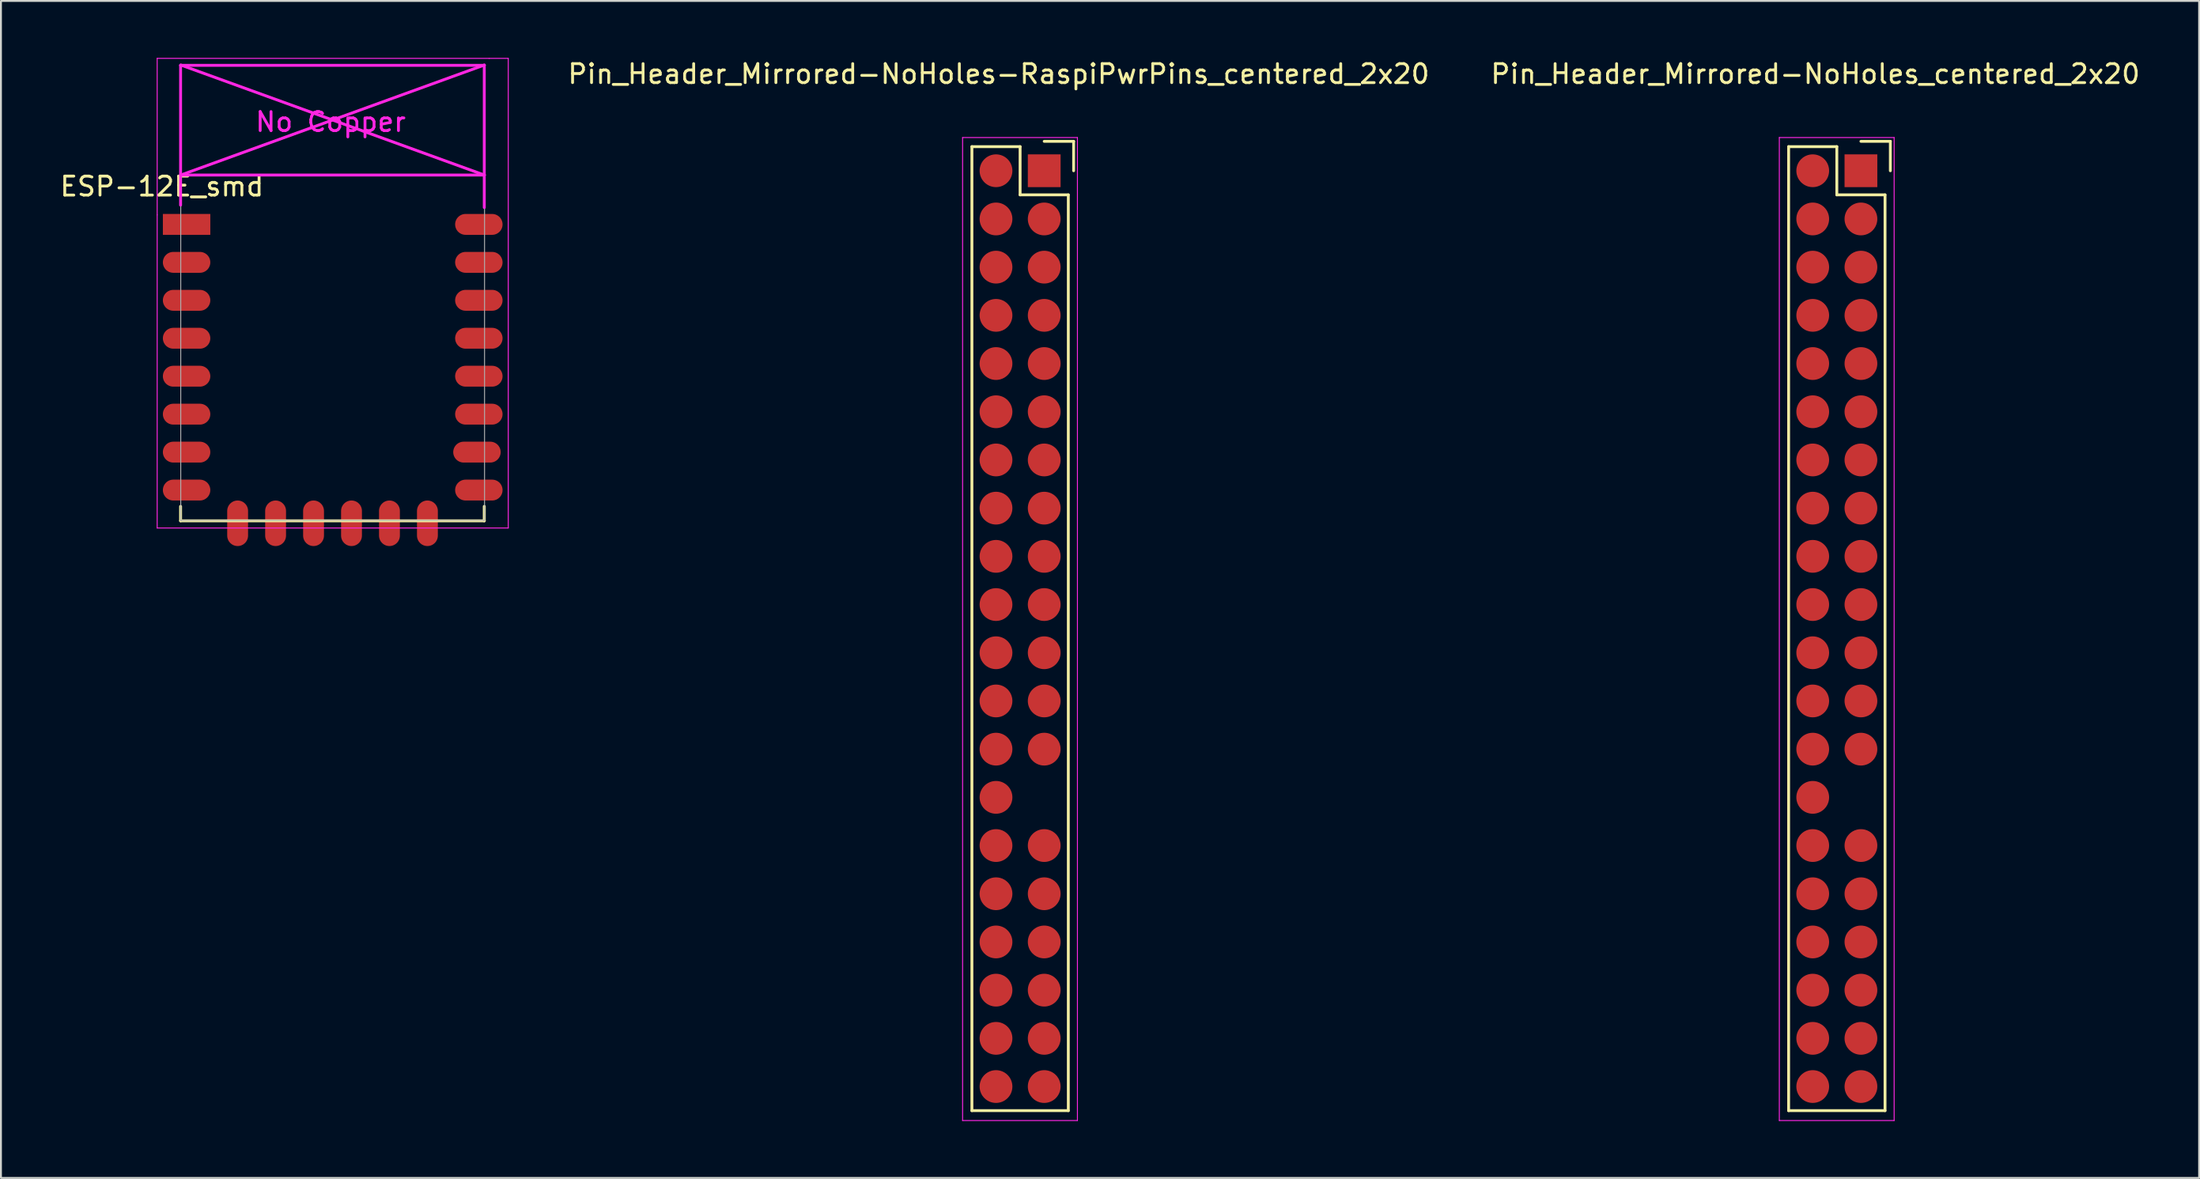
<source format=kicad_pcb>
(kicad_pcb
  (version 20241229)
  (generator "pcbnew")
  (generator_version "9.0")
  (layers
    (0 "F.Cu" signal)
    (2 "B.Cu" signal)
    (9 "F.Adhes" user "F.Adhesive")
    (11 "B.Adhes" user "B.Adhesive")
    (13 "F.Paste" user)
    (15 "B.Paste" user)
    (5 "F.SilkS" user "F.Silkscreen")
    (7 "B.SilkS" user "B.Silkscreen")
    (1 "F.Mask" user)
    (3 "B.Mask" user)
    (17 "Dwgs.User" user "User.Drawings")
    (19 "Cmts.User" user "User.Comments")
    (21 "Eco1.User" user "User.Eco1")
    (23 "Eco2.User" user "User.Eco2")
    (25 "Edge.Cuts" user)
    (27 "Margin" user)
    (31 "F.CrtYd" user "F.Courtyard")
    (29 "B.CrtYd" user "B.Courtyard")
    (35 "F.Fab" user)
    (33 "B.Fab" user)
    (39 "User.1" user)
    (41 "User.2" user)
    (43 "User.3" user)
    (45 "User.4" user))
  (footprint "Pin_Header_Mirrored-NoHoles_centered_2x20"
    (layer "F.Cu")
    (at 93.739 30.078)
    (property "Reference" "Pin_Header_Mirrored-NoHoles_centered_2x20" (at -1.13 -29.23 0) (layer "F.SilkS") (effects (font (size 1 1) (thickness 0.15))))
    (attr through_hole)
    (fp_line (start -2.54 -25.4) (end -0.0003 -25.4) (stroke (width 0.15) (type solid)) (layer "F.SilkS"))
    (fp_line (start -2.54 25.4) (end -2.54 -25.4) (stroke (width 0.15) (type solid)) (layer "F.SilkS"))
    (fp_line (start -2.54 25.4) (end 2.54 25.4) (stroke (width 0.15) (type solid)) (layer "F.SilkS"))
    (fp_line (start -0.0003 -25.4) (end -0.0003 -22.86) (stroke (width 0.15) (type solid)) (layer "F.SilkS"))
    (fp_line (start -0.0003 -22.86) (end 2.54 -22.86) (stroke (width 0.15) (type solid)) (layer "F.SilkS"))
    (fp_line (start 1.27 -25.68) (end 2.82 -25.68) (stroke (width 0.15) (type solid)) (layer "F.SilkS"))
    (fp_line (start 2.54 -22.86) (end 2.54 25.4) (stroke (width 0.15) (type solid)) (layer "F.SilkS"))
    (fp_line (start 2.82 -25.68) (end 2.82 -24.13) (stroke (width 0.15) (type solid)) (layer "F.SilkS"))
    (fp_line (start -3.03 -25.88) (end -3.03 25.92) (stroke (width 0.05) (type solid)) (layer "F.CrtYd"))
    (fp_line (start 3.02 -25.88) (end -3.03 -25.88) (stroke (width 0.05) (type solid)) (layer "F.CrtYd"))
    (fp_line (start 3.02 -25.88) (end 3.02 25.92) (stroke (width 0.05) (type solid)) (layer "F.CrtYd"))
    (fp_line (start 3.02 25.92) (end -3.03 25.92) (stroke (width 0.05) (type solid)) (layer "F.CrtYd"))
    (pad "1" smd rect (at 1.27 -24.13 180) (size 1.727 1.727) (layers "F.Cu" "F.Mask" "F.Paste"))
    (pad "2" smd oval (at -1.27 -24.13 180) (size 1.727 1.727) (layers "F.Cu" "F.Mask" "F.Paste"))
    (pad "3" smd oval (at 1.27 -21.59 180) (size 1.727 1.727) (layers "F.Cu" "F.Mask" "F.Paste"))
    (pad "4" smd oval (at -1.27 -21.59 180) (size 1.727 1.727) (layers "F.Cu" "F.Mask" "F.Paste"))
    (pad "5" smd oval (at 1.27 -19.05 180) (size 1.727 1.727) (layers "F.Cu" "F.Mask" "F.Paste"))
    (pad "6" smd oval (at -1.27 -19.05 180) (size 1.727 1.727) (layers "F.Cu" "F.Mask" "F.Paste"))
    (pad "7" smd oval (at 1.27 -16.51 180) (size 1.727 1.727) (layers "F.Cu" "F.Mask" "F.Paste"))
    (pad "8" smd oval (at -1.27 -16.51 180) (size 1.727 1.727) (layers "F.Cu" "F.Mask" "F.Paste"))
    (pad "9" smd oval (at 1.27 -13.97 180) (size 1.727 1.727) (layers "F.Cu" "F.Mask" "F.Paste"))
    (pad "10" smd oval (at -1.27 -13.97 180) (size 1.727 1.727) (layers "F.Cu" "F.Mask" "F.Paste"))
    (pad "11" smd oval (at 1.27 -11.43 180) (size 1.727 1.727) (layers "F.Cu" "F.Mask" "F.Paste"))
    (pad "12" smd oval (at -1.27 -11.43 180) (size 1.727 1.727) (layers "F.Cu" "F.Mask" "F.Paste"))
    (pad "13" smd oval (at 1.27 -8.89 180) (size 1.727 1.727) (layers "F.Cu" "F.Mask" "F.Paste"))
    (pad "14" smd oval (at -1.27 -8.89 180) (size 1.727 1.727) (layers "F.Cu" "F.Mask" "F.Paste"))
    (pad "15" smd oval (at 1.27 -6.35 180) (size 1.727 1.727) (layers "F.Cu" "F.Mask" "F.Paste"))
    (pad "16" smd oval (at -1.27 -6.35 180) (size 1.727 1.727) (layers "F.Cu" "F.Mask" "F.Paste"))
    (pad "17" smd oval (at 1.27 -3.81 180) (size 1.727 1.727) (layers "F.Cu" "F.Mask" "F.Paste"))
    (pad "18" smd oval (at -1.27 -3.81 180) (size 1.727 1.727) (layers "F.Cu" "F.Mask" "F.Paste"))
    (pad "19" smd oval (at 1.27 -1.27 180) (size 1.727 1.727) (layers "F.Cu" "F.Mask" "F.Paste"))
    (pad "20" smd oval (at -1.27 -1.27 180) (size 1.727 1.727) (layers "F.Cu" "F.Mask" "F.Paste"))
    (pad "21" smd oval (at 1.27 1.27 180) (size 1.727 1.727) (layers "F.Cu" "F.Mask" "F.Paste"))
    (pad "22" smd oval (at -1.27 1.27 180) (size 1.727 1.727) (layers "F.Cu" "F.Mask" "F.Paste"))
    (pad "23" smd oval (at 1.27 3.81 180) (size 1.727 1.727) (layers "F.Cu" "F.Mask" "F.Paste"))
    (pad "24" smd oval (at -1.27 3.81 180) (size 1.727 1.727) (layers "F.Cu" "F.Mask" "F.Paste"))
    (pad "25" smd oval (at 1.27 6.35 180) (size 1.727 1.727) (layers "F.Cu" "F.Mask" "F.Paste"))
    (pad "26" smd oval (at -1.27 6.35 180) (size 1.727 1.727) (layers "F.Cu" "F.Mask" "F.Paste"))
    (pad "28" smd oval (at -1.27 8.89 180) (size 1.727 1.727) (layers "F.Cu" "F.Mask" "F.Paste"))
    (pad "29" smd oval (at 1.27 11.43 180) (size 1.727 1.727) (layers "F.Cu" "F.Mask" "F.Paste"))
    (pad "30" smd oval (at -1.27 11.43 180) (size 1.727 1.727) (layers "F.Cu" "F.Mask" "F.Paste"))
    (pad "31" smd oval (at 1.27 13.97 180) (size 1.727 1.727) (layers "F.Cu" "F.Mask" "F.Paste"))
    (pad "32" smd oval (at -1.27 13.97 180) (size 1.727 1.727) (layers "F.Cu" "F.Mask" "F.Paste"))
    (pad "33" smd oval (at 1.27 16.51 180) (size 1.727 1.727) (layers "F.Cu" "F.Mask" "F.Paste"))
    (pad "34" smd oval (at -1.27 16.51 180) (size 1.727 1.727) (layers "F.Cu" "F.Mask" "F.Paste"))
    (pad "35" smd oval (at 1.27 19.05 180) (size 1.727 1.727) (layers "F.Cu" "F.Mask" "F.Paste"))
    (pad "36" smd oval (at -1.27 19.05 180) (size 1.727 1.727) (layers "F.Cu" "F.Mask" "F.Paste"))
    (pad "37" smd oval (at 1.27 21.59 180) (size 1.727 1.727) (layers "F.Cu" "F.Mask" "F.Paste"))
    (pad "38" smd oval (at -1.27 21.59 180) (size 1.727 1.727) (layers "F.Cu" "F.Mask" "F.Paste"))
    (pad "39" smd oval (at 1.27 24.13 180) (size 1.727 1.727) (layers "F.Cu" "F.Mask" "F.Paste"))
    (pad "40" smd oval (at -1.27 24.13 180) (size 1.727 1.727) (layers "F.Cu" "F.Mask" "F.Paste")))
  (footprint "Pin_Header_Mirrored-NoHoles-RaspiPwrPins_centered_2x20"
    (layer "F.Cu")
    (at 50.703 30.078)
    (property "Reference" "Pin_Header_Mirrored-NoHoles-RaspiPwrPins_centered_2x20" (at -1.13 -29.23 0) (layer "F.SilkS") (effects (font (size 1 1) (thickness 0.15))))
    (attr through_hole)
    (fp_line (start -2.54 -25.4) (end -0.0003 -25.4) (stroke (width 0.15) (type solid)) (layer "F.SilkS"))
    (fp_line (start -2.54 25.4) (end -2.54 -25.4) (stroke (width 0.15) (type solid)) (layer "F.SilkS"))
    (fp_line (start -2.54 25.4) (end 2.54 25.4) (stroke (width 0.15) (type solid)) (layer "F.SilkS"))
    (fp_line (start -0.0003 -25.4) (end -0.0003 -22.86) (stroke (width 0.15) (type solid)) (layer "F.SilkS"))
    (fp_line (start -0.0003 -22.86) (end 2.54 -22.86) (stroke (width 0.15) (type solid)) (layer "F.SilkS"))
    (fp_line (start 1.27 -25.68) (end 2.82 -25.68) (stroke (width 0.15) (type solid)) (layer "F.SilkS"))
    (fp_line (start 2.54 -22.86) (end 2.54 25.4) (stroke (width 0.15) (type solid)) (layer "F.SilkS"))
    (fp_line (start 2.82 -25.68) (end 2.82 -24.13) (stroke (width 0.15) (type solid)) (layer "F.SilkS"))
    (fp_line (start -3.03 -25.88) (end -3.03 25.92) (stroke (width 0.05) (type solid)) (layer "F.CrtYd"))
    (fp_line (start 3.02 -25.88) (end -3.03 -25.88) (stroke (width 0.05) (type solid)) (layer "F.CrtYd"))
    (fp_line (start 3.02 -25.88) (end 3.02 25.92) (stroke (width 0.05) (type solid)) (layer "F.CrtYd"))
    (fp_line (start 3.02 25.92) (end -3.03 25.92) (stroke (width 0.05) (type solid)) (layer "F.CrtYd"))
    (pad "1" smd rect (at 1.27 -24.13 180) (size 1.727 1.727) (layers "F.Cu" "F.Mask" "F.Paste"))
    (pad "1" smd oval (at 1.27 -3.81 180) (size 1.727 1.727) (layers "F.Cu" "F.Mask" "F.Paste"))
    (pad "2" smd oval (at -1.27 -24.13 180) (size 1.727 1.727) (layers "F.Cu" "F.Mask" "F.Paste"))
    (pad "2" smd oval (at -1.27 -21.59 180) (size 1.727 1.727) (layers "F.Cu" "F.Mask" "F.Paste"))
    (pad "3" smd oval (at 1.27 -21.59 180) (size 1.727 1.727) (layers "F.Cu" "F.Mask" "F.Paste"))
    (pad "5" smd oval (at 1.27 -19.05 180) (size 1.727 1.727) (layers "F.Cu" "F.Mask" "F.Paste"))
    (pad "6" smd oval (at -1.27 -19.05 180) (size 1.727 1.727) (layers "F.Cu" "F.Mask" "F.Paste"))
    (pad "6" smd oval (at -1.27 -8.89 180) (size 1.727 1.727) (layers "F.Cu" "F.Mask" "F.Paste"))
    (pad "6" smd oval (at -1.27 -1.27 180) (size 1.727 1.727) (layers "F.Cu" "F.Mask" "F.Paste"))
    (pad "6" smd oval (at -1.27 11.43 180) (size 1.727 1.727) (layers "F.Cu" "F.Mask" "F.Paste"))
    (pad "6" smd oval (at -1.27 16.51 180) (size 1.727 1.727) (layers "F.Cu" "F.Mask" "F.Paste"))
    (pad "6" smd oval (at 1.27 -13.97 180) (size 1.727 1.727) (layers "F.Cu" "F.Mask" "F.Paste"))
    (pad "6" smd oval (at 1.27 24.13 180) (size 1.727 1.727) (layers "F.Cu" "F.Mask" "F.Paste"))
    (pad "6" smd oval (at 1.27 6.35 180) (size 1.727 1.727) (layers "F.Cu" "F.Mask" "F.Paste"))
    (pad "7" smd oval (at 1.27 -16.51 180) (size 1.727 1.727) (layers "F.Cu" "F.Mask" "F.Paste"))
    (pad "8" smd oval (at -1.27 -16.51 180) (size 1.727 1.727) (layers "F.Cu" "F.Mask" "F.Paste"))
    (pad "10" smd oval (at -1.27 -13.97 180) (size 1.727 1.727) (layers "F.Cu" "F.Mask" "F.Paste"))
    (pad "11" smd oval (at 1.27 -11.43 180) (size 1.727 1.727) (layers "F.Cu" "F.Mask" "F.Paste"))
    (pad "12" smd oval (at -1.27 -11.43 180) (size 1.727 1.727) (layers "F.Cu" "F.Mask" "F.Paste"))
    (pad "13" smd oval (at 1.27 -8.89 180) (size 1.727 1.727) (layers "F.Cu" "F.Mask" "F.Paste"))
    (pad "15" smd oval (at 1.27 -6.35 180) (size 1.727 1.727) (layers "F.Cu" "F.Mask" "F.Paste"))
    (pad "16" smd oval (at -1.27 -6.35 180) (size 1.727 1.727) (layers "F.Cu" "F.Mask" "F.Paste"))
    (pad "18" smd oval (at -1.27 -3.81 180) (size 1.727 1.727) (layers "F.Cu" "F.Mask" "F.Paste"))
    (pad "19" smd oval (at 1.27 -1.27 180) (size 1.727 1.727) (layers "F.Cu" "F.Mask" "F.Paste"))
    (pad "21" smd oval (at 1.27 1.27 180) (size 1.727 1.727) (layers "F.Cu" "F.Mask" "F.Paste"))
    (pad "22" smd oval (at -1.27 1.27 180) (size 1.727 1.727) (layers "F.Cu" "F.Mask" "F.Paste"))
    (pad "23" smd oval (at 1.27 3.81 180) (size 1.727 1.727) (layers "F.Cu" "F.Mask" "F.Paste"))
    (pad "24" smd oval (at -1.27 3.81 180) (size 1.727 1.727) (layers "F.Cu" "F.Mask" "F.Paste"))
    (pad "26" smd oval (at -1.27 6.35 180) (size 1.727 1.727) (layers "F.Cu" "F.Mask" "F.Paste"))
    (pad "28" smd oval (at -1.27 8.89 180) (size 1.727 1.727) (layers "F.Cu" "F.Mask" "F.Paste"))
    (pad "29" smd oval (at 1.27 11.43 180) (size 1.727 1.727) (layers "F.Cu" "F.Mask" "F.Paste"))
    (pad "31" smd oval (at 1.27 13.97 180) (size 1.727 1.727) (layers "F.Cu" "F.Mask" "F.Paste"))
    (pad "32" smd oval (at -1.27 13.97 180) (size 1.727 1.727) (layers "F.Cu" "F.Mask" "F.Paste"))
    (pad "33" smd oval (at 1.27 16.51 180) (size 1.727 1.727) (layers "F.Cu" "F.Mask" "F.Paste"))
    (pad "35" smd oval (at 1.27 19.05 180) (size 1.727 1.727) (layers "F.Cu" "F.Mask" "F.Paste"))
    (pad "36" smd oval (at -1.27 19.05 180) (size 1.727 1.727) (layers "F.Cu" "F.Mask" "F.Paste"))
    (pad "37" smd oval (at 1.27 21.59 180) (size 1.727 1.727) (layers "F.Cu" "F.Mask" "F.Paste"))
    (pad "38" smd oval (at -1.27 21.59 180) (size 1.727 1.727) (layers "F.Cu" "F.Mask" "F.Paste"))
    (pad "40" smd oval (at -1.27 24.13 180) (size 1.727 1.727) (layers "F.Cu" "F.Mask" "F.Paste")))
  (footprint "ESP-12E_smd"
    (layer "F.Cu")
    (at 7.482 8.775)
    (property "Reference" "ESP-12E_smd" (at -2 -2 0) (layer "F.SilkS") (effects (font (size 1 1) (thickness 0.15))))
    (attr through_hole)
    (fp_line (start -1.016 14.859) (end -1.016 15.621) (stroke (width 0.152) (type solid)) (layer "F.SilkS"))
    (fp_line (start -1.016 15.621) (end 14.986 15.621) (stroke (width 0.152) (type solid)) (layer "F.SilkS"))
    (fp_line (start 14.986 15.621) (end 14.986 14.859) (stroke (width 0.152) (type solid)) (layer "F.SilkS"))
    (fp_line (start -2.25 -8.75) (end 15.25 -8.75) (stroke (width 0.05) (type solid)) (layer "F.CrtYd"))
    (fp_line (start -2.25 -0.5) (end -2.25 -8.75) (stroke (width 0.05) (type solid)) (layer "F.CrtYd"))
    (fp_line (start -2.25 16) (end -2.25 -0.5) (stroke (width 0.05) (type solid)) (layer "F.CrtYd"))
    (fp_line (start -1.016 -8.382) (end -1.016 -1.016) (stroke (width 0.152) (type solid)) (layer "F.CrtYd"))
    (fp_line (start -1.016 -8.382) (end 14.986 -8.382) (stroke (width 0.152) (type solid)) (layer "F.CrtYd"))
    (fp_line (start -1.008 -8.4) (end 14.992 -2.6) (stroke (width 0.152) (type solid)) (layer "F.CrtYd"))
    (fp_line (start -1.008 -2.6) (end 14.992 -2.6) (stroke (width 0.152) (type solid)) (layer "F.CrtYd"))
    (fp_line (start 14.986 -8.382) (end 14.986 -0.889) (stroke (width 0.152) (type solid)) (layer "F.CrtYd"))
    (fp_line (start 14.992 -8.4) (end -1.008 -2.6) (stroke (width 0.152) (type solid)) (layer "F.CrtYd"))
    (fp_line (start 15.25 -8.75) (end 16.25 -8.75) (stroke (width 0.05) (type solid)) (layer "F.CrtYd"))
    (fp_line (start 16.25 -8.75) (end 16.25 16) (stroke (width 0.05) (type solid)) (layer "F.CrtYd"))
    (fp_line (start 16.25 16) (end -2.25 16) (stroke (width 0.05) (type solid)) (layer "F.CrtYd"))
    (fp_line (start -1.008 -8.4) (end 14.992 -8.4) (stroke (width 0.05) (type solid)) (layer "F.Fab"))
    (fp_line (start -1.008 15.6) (end -1.008 -8.4) (stroke (width 0.05) (type solid)) (layer "F.Fab"))
    (fp_line (start 14.992 15.6) (end -1.008 15.6) (stroke (width 0.05) (type solid)) (layer "F.Fab"))
    (fp_line (start 15 -8.4) (end 15 15.6) (stroke (width 0.05) (type solid)) (layer "F.Fab"))
    (fp_text user "No Copper" (at 6.892 -5.4 0) (layer "F.CrtYd") (effects (font (size 1 1) (thickness 0.15))))
    (pad "1" smd rect (at 0 0) (size 2.5 1.1) (drill (offset -0.7 0)) (layers "F.Cu" "F.Mask" "F.Paste"))
    (pad "2" smd oval (at 0 2) (size 2.5 1.1) (drill (offset -0.7 0)) (layers "F.Cu" "F.Mask" "F.Paste"))
    (pad "3" smd oval (at 0 4) (size 2.5 1.1) (drill (offset -0.7 0)) (layers "F.Cu" "F.Mask" "F.Paste"))
    (pad "4" smd oval (at 0 6) (size 2.5 1.1) (drill (offset -0.7 0)) (layers "F.Cu" "F.Mask" "F.Paste"))
    (pad "5" smd oval (at 0 8) (size 2.5 1.1) (drill (offset -0.7 0)) (layers "F.Cu" "F.Mask" "F.Paste"))
    (pad "6" smd oval (at 0 10) (size 2.5 1.1) (drill (offset -0.7 0)) (layers "F.Cu" "F.Mask" "F.Paste"))
    (pad "7" smd oval (at 0 12) (size 2.5 1.1) (drill (offset -0.7 0)) (layers "F.Cu" "F.Mask" "F.Paste"))
    (pad "8" smd oval (at 0 14) (size 2.5 1.1) (drill (offset -0.7 0)) (layers "F.Cu" "F.Mask" "F.Paste"))
    (pad "9" smd oval (at 1.99 15.75 90) (size 2.4 1.1) (layers "F.Cu" "F.Mask" "F.Paste"))
    (pad "10" smd oval (at 3.99 15.75 90) (size 2.4 1.1) (layers "F.Cu" "F.Mask" "F.Paste"))
    (pad "11" smd oval (at 5.99 15.75 90) (size 2.4 1.1) (layers "F.Cu" "F.Mask" "F.Paste"))
    (pad "12" smd oval (at 7.99 15.75 90) (size 2.4 1.1) (layers "F.Cu" "F.Mask" "F.Paste"))
    (pad "13" smd oval (at 9.99 15.75 90) (size 2.4 1.1) (layers "F.Cu" "F.Mask" "F.Paste"))
    (pad "14" smd oval (at 11.99 15.75 90) (size 2.4 1.1) (layers "F.Cu" "F.Mask" "F.Paste"))
    (pad "15" smd oval (at 14 14) (size 2.5 1.1) (drill (offset 0.7 0)) (layers "F.Cu" "F.Mask" "F.Paste"))
    (pad "16" smd oval (at 14 12) (size 2.5 1.1) (drill (offset 0.6 0)) (layers "F.Cu" "F.Mask" "F.Paste"))
    (pad "17" smd oval (at 14 10) (size 2.5 1.1) (drill (offset 0.7 0)) (layers "F.Cu" "F.Mask" "F.Paste"))
    (pad "18" smd oval (at 14 8) (size 2.5 1.1) (drill (offset 0.7 0)) (layers "F.Cu" "F.Mask" "F.Paste"))
    (pad "19" smd oval (at 14 6) (size 2.5 1.1) (drill (offset 0.7 0)) (layers "F.Cu" "F.Mask" "F.Paste"))
    (pad "20" smd oval (at 14 4) (size 2.5 1.1) (drill (offset 0.7 0)) (layers "F.Cu" "F.Mask" "F.Paste"))
    (pad "21" smd oval (at 14 2) (size 2.5 1.1) (drill (offset 0.7 0)) (layers "F.Cu" "F.Mask" "F.Paste"))
    (pad "22" smd oval (at 14 0) (size 2.5 1.1) (drill (offset 0.7 0)) (layers "F.Cu" "F.Mask" "F.Paste")))
  (gr_rect
    (start -3 -3)
    (end 112.829 59.023)
    (stroke (width 0.1) (type default))
    (fill no)
    (layer "Edge.Cuts")))
</source>
